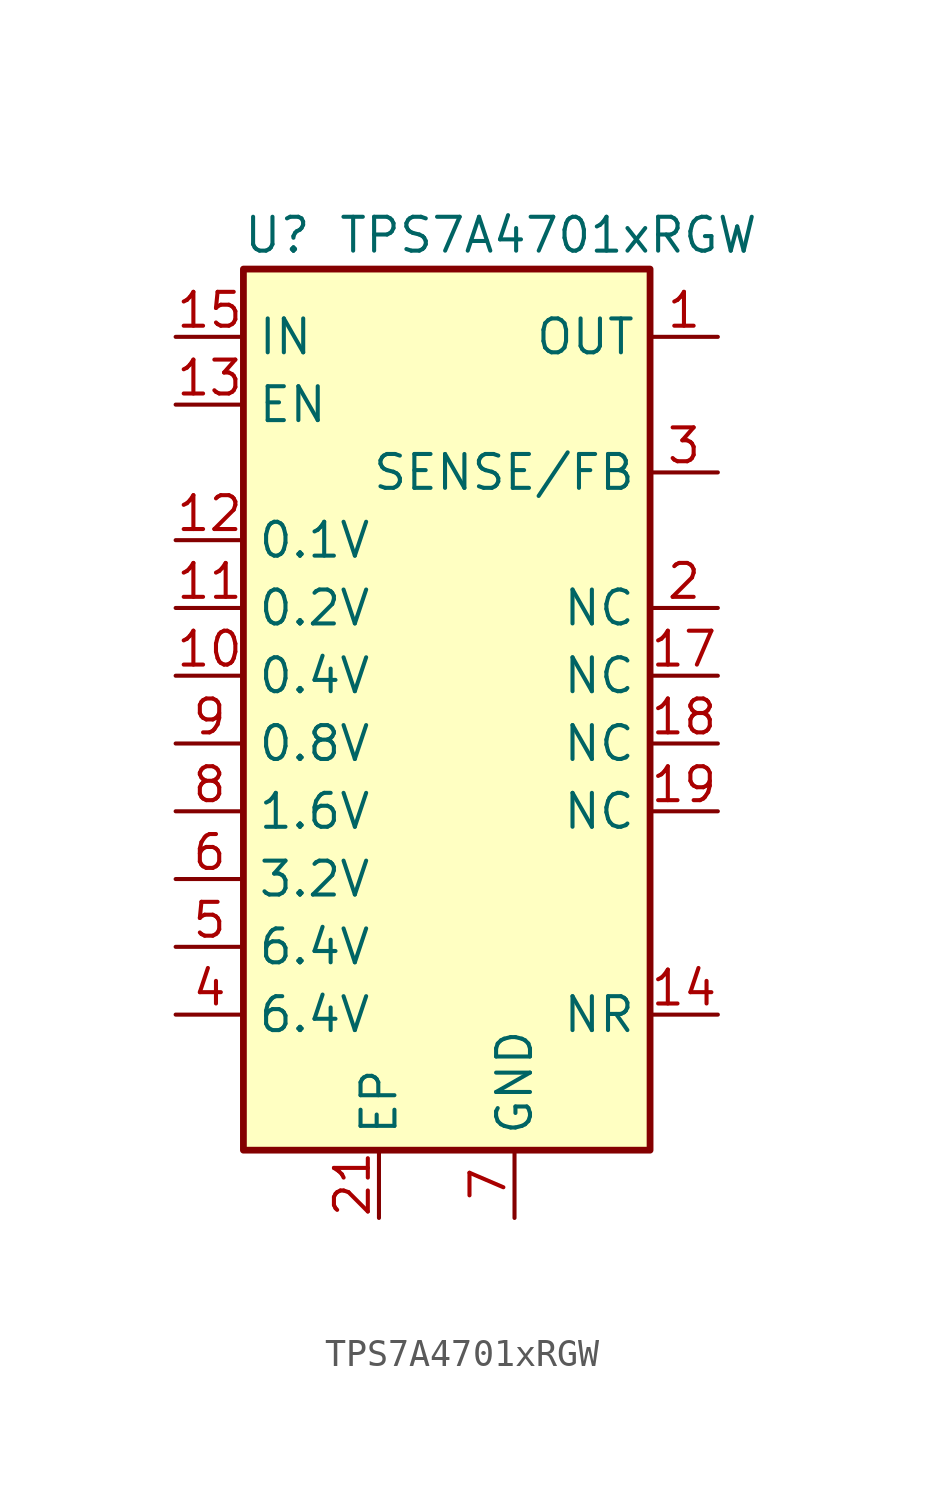
<source format=kicad_sym>
(kicad_symbol_lib
  (version 20241209)
  (generator "kicad_symbol_editor")
  (generator_version "9.0")
  (symbol "TPS7A4701xRGW"
    (property "Reference" "U"
      (at -6.35 19.05 0)
      (effects (font (size 1.27 1.27))))
    (property "Value" "TPS7A4701xRGW"
      (at 3.81 19.05 0)
      (effects (font (size 1.27 1.27))))
    (symbol "TPS7A4701xRGW_0_1"
      (rectangle (start -7.62 17.78) (end 7.62 -15.24) (stroke (width 0.254) (type default)) (fill (type background))))
    (symbol "TPS7A4701xRGW_1_1"
      (pin power_in line (at -10.16 15.24 0) (length 2.54) (name "IN" (effects (font (size 1.27 1.27)))) (number "15" (effects (font (size 1.27 1.27)))))
      (pin passive line (at -10.16 15.24 0) (length 2.54) (hide yes) (name "IN" (effects (font (size 1.27 1.27)))) (number "16" (effects (font (size 1.27 1.27)))))
      (pin input line (at -10.16 12.7 0) (length 2.54) (name "EN" (effects (font (size 1.27 1.27)))) (number "13" (effects (font (size 1.27 1.27)))))
      (pin input line (at -10.16 7.62 0) (length 2.54) (name "0.1V" (effects (font (size 1.27 1.27)))) (number "12" (effects (font (size 1.27 1.27)))))
      (pin input line (at -10.16 5.08 0) (length 2.54) (name "0.2V" (effects (font (size 1.27 1.27)))) (number "11" (effects (font (size 1.27 1.27)))))
      (pin input line (at -10.16 2.54 0) (length 2.54) (name "0.4V" (effects (font (size 1.27 1.27)))) (number "10" (effects (font (size 1.27 1.27)))))
      (pin input line (at -10.16 0 0) (length 2.54) (name "0.8V" (effects (font (size 1.27 1.27)))) (number "9" (effects (font (size 1.27 1.27)))))
      (pin input line (at -10.16 -2.54 0) (length 2.54) (name "1.6V" (effects (font (size 1.27 1.27)))) (number "8" (effects (font (size 1.27 1.27)))))
      (pin input line (at -10.16 -5.08 0) (length 2.54) (name "3.2V" (effects (font (size 1.27 1.27)))) (number "6" (effects (font (size 1.27 1.27)))))
      (pin input line (at -10.16 -7.62 0) (length 2.54) (name "6.4V" (effects (font (size 1.27 1.27)))) (number "5" (effects (font (size 1.27 1.27)))))
      (pin input line (at -10.16 -10.16 0) (length 2.54) (name "6.4V" (effects (font (size 1.27 1.27)))) (number "4" (effects (font (size 1.27 1.27)))))
      (pin passive line (at -2.54 -17.78 90) (length 2.54) (name "EP" (effects (font (size 1.27 1.27)))) (number "21" (effects (font (size 1.27 1.27)))))
      (pin power_in line (at 2.54 -17.78 90) (length 2.54) (name "GND" (effects (font (size 1.27 1.27)))) (number "7" (effects (font (size 1.27 1.27)))))
      (pin power_out line (at 10.16 15.24 180) (length 2.54) (name "OUT" (effects (font (size 1.27 1.27)))) (number "1" (effects (font (size 1.27 1.27)))))
      (pin power_out line (at 10.16 15.24 180) (length 2.54) (hide yes) (name "OUT" (effects (font (size 1.27 1.27)))) (number "20" (effects (font (size 1.27 1.27)))))
      (pin input line (at 10.16 10.16 180) (length 2.54) (name "SENSE/FB" (effects (font (size 1.27 1.27)))) (number "3" (effects (font (size 1.27 1.27)))))
      (pin passive line (at 10.16 5.08 180) (length 2.54) (name "NC" (effects (font (size 1.27 1.27)))) (number "2" (effects (font (size 1.27 1.27)))))
      (pin passive line (at 10.16 2.54 180) (length 2.54) (name "NC" (effects (font (size 1.27 1.27)))) (number "17" (effects (font (size 1.27 1.27)))))
      (pin passive line (at 10.16 0 180) (length 2.54) (name "NC" (effects (font (size 1.27 1.27)))) (number "18" (effects (font (size 1.27 1.27)))))
      (pin passive line (at 10.16 -2.54 180) (length 2.54) (name "NC" (effects (font (size 1.27 1.27)))) (number "19" (effects (font (size 1.27 1.27)))))
      (pin passive line (at 10.16 -10.16 180) (length 2.54) (name "NR" (effects (font (size 1.27 1.27)))) (number "14" (effects (font (size 1.27 1.27))))))))
</source>
